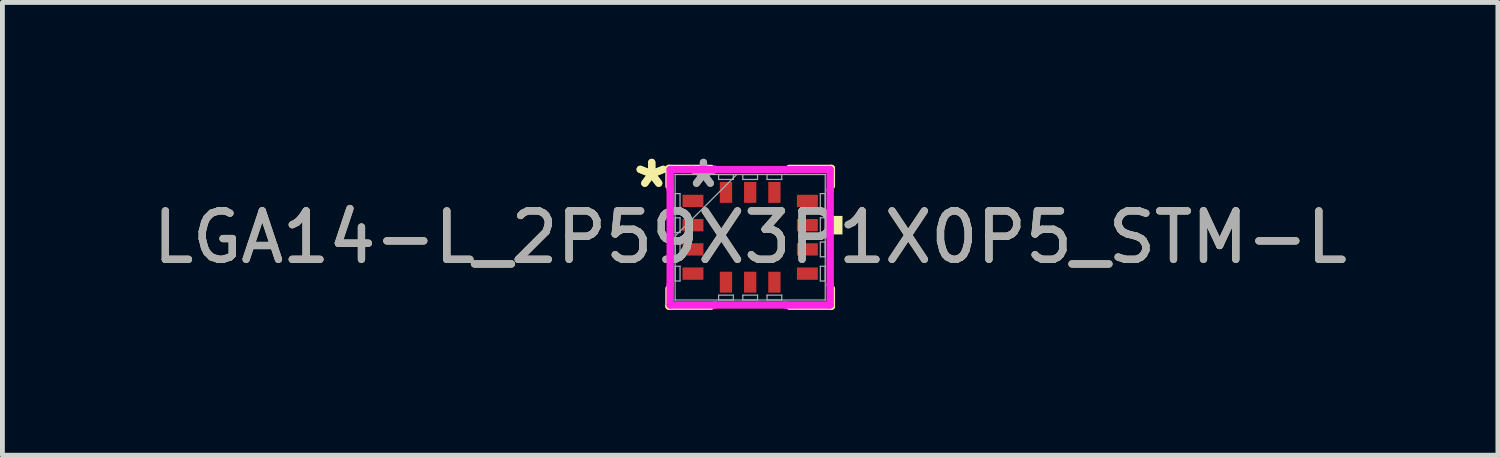
<source format=kicad_pcb>
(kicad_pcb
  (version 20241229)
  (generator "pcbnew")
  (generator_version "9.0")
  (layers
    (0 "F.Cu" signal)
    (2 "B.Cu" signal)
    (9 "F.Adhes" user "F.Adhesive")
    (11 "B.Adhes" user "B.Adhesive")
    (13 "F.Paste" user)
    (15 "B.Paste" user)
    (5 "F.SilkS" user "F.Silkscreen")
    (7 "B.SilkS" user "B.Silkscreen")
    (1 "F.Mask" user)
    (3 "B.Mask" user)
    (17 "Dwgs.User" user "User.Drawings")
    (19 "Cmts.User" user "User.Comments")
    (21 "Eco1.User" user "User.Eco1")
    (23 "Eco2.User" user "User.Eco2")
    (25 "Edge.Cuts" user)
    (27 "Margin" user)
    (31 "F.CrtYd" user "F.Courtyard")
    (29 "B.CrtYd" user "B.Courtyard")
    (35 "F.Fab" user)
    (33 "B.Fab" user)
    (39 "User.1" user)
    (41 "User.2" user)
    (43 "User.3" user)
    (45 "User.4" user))
  (footprint "LGA14-L_2P59X3P1X0P5_STM-L"
    (layer "F.Cu")
    (at 12.435 1.848)
    (property "Reference" "LGA14-L_2P59X3P1X0P5_STM-L" (at 0 0 0) (unlocked yes) (layer "F.SilkS") (effects (font (size 1 1) (thickness 0.15))))
    (attr smd)
    (fp_line (start -1.676 -1.422) (end -1.676 -1.058) (stroke (width 0.152) (type solid)) (layer "F.SilkS"))
    (fp_line (start -1.676 1.058) (end -1.676 1.422) (stroke (width 0.152) (type solid)) (layer "F.SilkS"))
    (fp_line (start -1.676 1.422) (end -0.808 1.422) (stroke (width 0.152) (type solid)) (layer "F.SilkS"))
    (fp_line (start -0.808 -1.422) (end -1.676 -1.422) (stroke (width 0.152) (type solid)) (layer "F.SilkS"))
    (fp_line (start 0.808 1.422) (end 1.676 1.422) (stroke (width 0.152) (type solid)) (layer "F.SilkS"))
    (fp_line (start 1.676 -1.422) (end 0.808 -1.422) (stroke (width 0.152) (type solid)) (layer "F.SilkS"))
    (fp_line (start 1.676 -1.058) (end 1.676 -1.422) (stroke (width 0.152) (type solid)) (layer "F.SilkS"))
    (fp_line (start 1.676 1.422) (end 1.676 1.058) (stroke (width 0.152) (type solid)) (layer "F.SilkS"))
    (fp_poly (pts (xy 1.905 -0.441) (xy 1.905 -0.059) (xy 1.651 -0.059) (xy 1.651 -0.441)) (stroke (width 0) (type solid)) (fill yes) (layer "F.SilkS"))
    (fp_line (start -1.651 -1.397) (end -0.729 -1.397) (stroke (width 0.152) (type solid)) (layer "F.CrtYd"))
    (fp_line (start -1.651 -0.979) (end -1.651 -1.397) (stroke (width 0.152) (type solid)) (layer "F.CrtYd"))
    (fp_line (start -1.651 -0.979) (end -1.651 -0.979) (stroke (width 0.152) (type solid)) (layer "F.CrtYd"))
    (fp_line (start -1.651 0.979) (end -1.651 -0.979) (stroke (width 0.152) (type solid)) (layer "F.CrtYd"))
    (fp_line (start -1.651 0.979) (end -1.651 0.979) (stroke (width 0.152) (type solid)) (layer "F.CrtYd"))
    (fp_line (start -1.651 1.397) (end -1.651 0.979) (stroke (width 0.152) (type solid)) (layer "F.CrtYd"))
    (fp_line (start -0.729 -1.397) (end -0.729 -1.397) (stroke (width 0.152) (type solid)) (layer "F.CrtYd"))
    (fp_line (start -0.729 -1.397) (end 0.729 -1.397) (stroke (width 0.152) (type solid)) (layer "F.CrtYd"))
    (fp_line (start -0.729 1.397) (end -1.651 1.397) (stroke (width 0.152) (type solid)) (layer "F.CrtYd"))
    (fp_line (start -0.729 1.397) (end -0.729 1.397) (stroke (width 0.152) (type solid)) (layer "F.CrtYd"))
    (fp_line (start 0.729 -1.397) (end 0.729 -1.397) (stroke (width 0.152) (type solid)) (layer "F.CrtYd"))
    (fp_line (start 0.729 -1.397) (end 1.651 -1.397) (stroke (width 0.152) (type solid)) (layer "F.CrtYd"))
    (fp_line (start 0.729 1.397) (end -0.729 1.397) (stroke (width 0.152) (type solid)) (layer "F.CrtYd"))
    (fp_line (start 0.729 1.397) (end 0.729 1.397) (stroke (width 0.152) (type solid)) (layer "F.CrtYd"))
    (fp_line (start 1.651 -1.397) (end 1.651 -0.979) (stroke (width 0.152) (type solid)) (layer "F.CrtYd"))
    (fp_line (start 1.651 -0.979) (end 1.651 -0.979) (stroke (width 0.152) (type solid)) (layer "F.CrtYd"))
    (fp_line (start 1.651 -0.979) (end 1.651 0.979) (stroke (width 0.152) (type solid)) (layer "F.CrtYd"))
    (fp_line (start 1.651 0.979) (end 1.651 0.979) (stroke (width 0.152) (type solid)) (layer "F.CrtYd"))
    (fp_line (start 1.651 0.979) (end 1.651 1.397) (stroke (width 0.152) (type solid)) (layer "F.CrtYd"))
    (fp_line (start 1.651 1.397) (end 0.729 1.397) (stroke (width 0.152) (type solid)) (layer "F.CrtYd"))
    (fp_line (start -1.549 -1.295) (end -1.549 -1.295) (stroke (width 0.025) (type solid)) (layer "F.Fab"))
    (fp_line (start -1.549 -1.295) (end -1.549 1.295) (stroke (width 0.025) (type solid)) (layer "F.Fab"))
    (fp_line (start -1.549 -0.902) (end -1.448 -0.902) (stroke (width 0.025) (type solid)) (layer "F.Fab"))
    (fp_line (start -1.549 -0.598) (end -1.549 -0.902) (stroke (width 0.025) (type solid)) (layer "F.Fab"))
    (fp_line (start -1.549 -0.402) (end -1.448 -0.402) (stroke (width 0.025) (type solid)) (layer "F.Fab"))
    (fp_line (start -1.549 -0.098) (end -1.549 -0.402) (stroke (width 0.025) (type solid)) (layer "F.Fab"))
    (fp_line (start -1.549 -0.025) (end -0.279 -1.295) (stroke (width 0.025) (type solid)) (layer "F.Fab"))
    (fp_line (start -1.549 0.098) (end -1.448 0.098) (stroke (width 0.025) (type solid)) (layer "F.Fab"))
    (fp_line (start -1.549 0.402) (end -1.549 0.098) (stroke (width 0.025) (type solid)) (layer "F.Fab"))
    (fp_line (start -1.549 0.598) (end -1.448 0.598) (stroke (width 0.025) (type solid)) (layer "F.Fab"))
    (fp_line (start -1.549 0.902) (end -1.549 0.598) (stroke (width 0.025) (type solid)) (layer "F.Fab"))
    (fp_line (start -1.549 1.295) (end -1.549 1.295) (stroke (width 0.025) (type solid)) (layer "F.Fab"))
    (fp_line (start -1.549 1.295) (end 1.549 1.295) (stroke (width 0.025) (type solid)) (layer "F.Fab"))
    (fp_line (start -1.448 -0.902) (end -1.448 -0.598) (stroke (width 0.025) (type solid)) (layer "F.Fab"))
    (fp_line (start -1.448 -0.598) (end -1.549 -0.598) (stroke (width 0.025) (type solid)) (layer "F.Fab"))
    (fp_line (start -1.448 -0.402) (end -1.448 -0.098) (stroke (width 0.025) (type solid)) (layer "F.Fab"))
    (fp_line (start -1.448 -0.098) (end -1.549 -0.098) (stroke (width 0.025) (type solid)) (layer "F.Fab"))
    (fp_line (start -1.448 0.098) (end -1.448 0.402) (stroke (width 0.025) (type solid)) (layer "F.Fab"))
    (fp_line (start -1.448 0.402) (end -1.549 0.402) (stroke (width 0.025) (type solid)) (layer "F.Fab"))
    (fp_line (start -1.448 0.598) (end -1.448 0.902) (stroke (width 0.025) (type solid)) (layer "F.Fab"))
    (fp_line (start -1.448 0.902) (end -1.549 0.902) (stroke (width 0.025) (type solid)) (layer "F.Fab"))
    (fp_line (start -0.652 -1.295) (end -0.348 -1.295) (stroke (width 0.025) (type solid)) (layer "F.Fab"))
    (fp_line (start -0.652 -1.194) (end -0.652 -1.295) (stroke (width 0.025) (type solid)) (layer "F.Fab"))
    (fp_line (start -0.652 1.194) (end -0.348 1.194) (stroke (width 0.025) (type solid)) (layer "F.Fab"))
    (fp_line (start -0.652 1.295) (end -0.652 1.194) (stroke (width 0.025) (type solid)) (layer "F.Fab"))
    (fp_line (start -0.348 -1.295) (end -0.348 -1.194) (stroke (width 0.025) (type solid)) (layer "F.Fab"))
    (fp_line (start -0.348 -1.194) (end -0.652 -1.194) (stroke (width 0.025) (type solid)) (layer "F.Fab"))
    (fp_line (start -0.348 1.194) (end -0.348 1.295) (stroke (width 0.025) (type solid)) (layer "F.Fab"))
    (fp_line (start -0.348 1.295) (end -0.652 1.295) (stroke (width 0.025) (type solid)) (layer "F.Fab"))
    (fp_line (start -0.152 -1.295) (end 0.152 -1.295) (stroke (width 0.025) (type solid)) (layer "F.Fab"))
    (fp_line (start -0.152 -1.194) (end -0.152 -1.295) (stroke (width 0.025) (type solid)) (layer "F.Fab"))
    (fp_line (start -0.152 1.194) (end 0.152 1.194) (stroke (width 0.025) (type solid)) (layer "F.Fab"))
    (fp_line (start -0.152 1.295) (end -0.152 1.194) (stroke (width 0.025) (type solid)) (layer "F.Fab"))
    (fp_line (start 0.152 -1.295) (end 0.152 -1.194) (stroke (width 0.025) (type solid)) (layer "F.Fab"))
    (fp_line (start 0.152 -1.194) (end -0.152 -1.194) (stroke (width 0.025) (type solid)) (layer "F.Fab"))
    (fp_line (start 0.152 1.194) (end 0.152 1.295) (stroke (width 0.025) (type solid)) (layer "F.Fab"))
    (fp_line (start 0.152 1.295) (end -0.152 1.295) (stroke (width 0.025) (type solid)) (layer "F.Fab"))
    (fp_line (start 0.348 -1.295) (end 0.652 -1.295) (stroke (width 0.025) (type solid)) (layer "F.Fab"))
    (fp_line (start 0.348 -1.194) (end 0.348 -1.295) (stroke (width 0.025) (type solid)) (layer "F.Fab"))
    (fp_line (start 0.348 1.194) (end 0.652 1.194) (stroke (width 0.025) (type solid)) (layer "F.Fab"))
    (fp_line (start 0.348 1.295) (end 0.348 1.194) (stroke (width 0.025) (type solid)) (layer "F.Fab"))
    (fp_line (start 0.652 -1.295) (end 0.652 -1.194) (stroke (width 0.025) (type solid)) (layer "F.Fab"))
    (fp_line (start 0.652 -1.194) (end 0.348 -1.194) (stroke (width 0.025) (type solid)) (layer "F.Fab"))
    (fp_line (start 0.652 1.194) (end 0.652 1.295) (stroke (width 0.025) (type solid)) (layer "F.Fab"))
    (fp_line (start 0.652 1.295) (end 0.348 1.295) (stroke (width 0.025) (type solid)) (layer "F.Fab"))
    (fp_line (start 1.448 -0.902) (end 1.549 -0.902) (stroke (width 0.025) (type solid)) (layer "F.Fab"))
    (fp_line (start 1.448 -0.598) (end 1.448 -0.902) (stroke (width 0.025) (type solid)) (layer "F.Fab"))
    (fp_line (start 1.448 -0.402) (end 1.549 -0.402) (stroke (width 0.025) (type solid)) (layer "F.Fab"))
    (fp_line (start 1.448 -0.098) (end 1.448 -0.402) (stroke (width 0.025) (type solid)) (layer "F.Fab"))
    (fp_line (start 1.448 0.098) (end 1.549 0.098) (stroke (width 0.025) (type solid)) (layer "F.Fab"))
    (fp_line (start 1.448 0.402) (end 1.448 0.098) (stroke (width 0.025) (type solid)) (layer "F.Fab"))
    (fp_line (start 1.448 0.598) (end 1.549 0.598) (stroke (width 0.025) (type solid)) (layer "F.Fab"))
    (fp_line (start 1.448 0.902) (end 1.448 0.598) (stroke (width 0.025) (type solid)) (layer "F.Fab"))
    (fp_line (start 1.549 -1.295) (end -1.549 -1.295) (stroke (width 0.025) (type solid)) (layer "F.Fab"))
    (fp_line (start 1.549 -1.295) (end 1.549 -1.295) (stroke (width 0.025) (type solid)) (layer "F.Fab"))
    (fp_line (start 1.549 -0.902) (end 1.549 -0.598) (stroke (width 0.025) (type solid)) (layer "F.Fab"))
    (fp_line (start 1.549 -0.598) (end 1.448 -0.598) (stroke (width 0.025) (type solid)) (layer "F.Fab"))
    (fp_line (start 1.549 -0.402) (end 1.549 -0.098) (stroke (width 0.025) (type solid)) (layer "F.Fab"))
    (fp_line (start 1.549 -0.098) (end 1.448 -0.098) (stroke (width 0.025) (type solid)) (layer "F.Fab"))
    (fp_line (start 1.549 0.098) (end 1.549 0.402) (stroke (width 0.025) (type solid)) (layer "F.Fab"))
    (fp_line (start 1.549 0.402) (end 1.448 0.402) (stroke (width 0.025) (type solid)) (layer "F.Fab"))
    (fp_line (start 1.549 0.598) (end 1.549 0.902) (stroke (width 0.025) (type solid)) (layer "F.Fab"))
    (fp_line (start 1.549 0.902) (end 1.448 0.902) (stroke (width 0.025) (type solid)) (layer "F.Fab"))
    (fp_line (start 1.549 1.295) (end 1.549 -1.295) (stroke (width 0.025) (type solid)) (layer "F.Fab"))
    (fp_line (start 1.549 1.295) (end 1.549 1.295) (stroke (width 0.025) (type solid)) (layer "F.Fab"))
    (fp_text user "*" (at -2.032 -1 0) (unlocked yes) (layer "F.SilkS") (effects (font (size 1 1) (thickness 0.15))))
    (fp_text user "*" (at -2.032 -1 0) (layer "F.SilkS") (effects (font (size 1 1) (thickness 0.15))))
    (fp_text user "*" (at -0.965 -1 0) (layer "F.Fab") (effects (font (size 1 1) (thickness 0.15))))
    (fp_text user "*" (at -0.965 -1 0) (unlocked yes) (layer "F.Fab") (effects (font (size 1 1) (thickness 0.15))))
    (fp_text user "${REFERENCE}" (at 0 0 0) (unlocked yes) (layer "F.Fab") (effects (font (size 1 1) (thickness 0.15))))
    (pad "1" smd rect (at -1.181 -0.75 90) (size 0.254 0.432) (layers "F.Cu" "F.Mask" "F.Paste"))
    (pad "2" smd rect (at -1.181 -0.25 90) (size 0.254 0.432) (layers "F.Cu" "F.Mask" "F.Paste"))
    (pad "3" smd rect (at -1.181 0.25 90) (size 0.254 0.432) (layers "F.Cu" "F.Mask" "F.Paste"))
    (pad "4" smd rect (at -1.181 0.75 90) (size 0.254 0.432) (layers "F.Cu" "F.Mask" "F.Paste"))
    (pad "5" smd rect (at -0.5 0.927) (size 0.254 0.432) (layers "F.Cu" "F.Mask" "F.Paste"))
    (pad "6" smd rect (at 0 0.927) (size 0.254 0.432) (layers "F.Cu" "F.Mask" "F.Paste"))
    (pad "7" smd rect (at 0.5 0.927) (size 0.254 0.432) (layers "F.Cu" "F.Mask" "F.Paste"))
    (pad "8" smd rect (at 1.181 0.75 90) (size 0.254 0.432) (layers "F.Cu" "F.Mask" "F.Paste"))
    (pad "9" smd rect (at 1.181 0.25 90) (size 0.254 0.432) (layers "F.Cu" "F.Mask" "F.Paste"))
    (pad "10" smd rect (at 1.181 -0.25 90) (size 0.254 0.432) (layers "F.Cu" "F.Mask" "F.Paste"))
    (pad "11" smd rect (at 1.181 -0.75 90) (size 0.254 0.432) (layers "F.Cu" "F.Mask" "F.Paste"))
    (pad "12" smd rect (at 0.5 -0.927) (size 0.254 0.432) (layers "F.Cu" "F.Mask" "F.Paste"))
    (pad "13" smd rect (at 0 -0.927) (size 0.254 0.432) (layers "F.Cu" "F.Mask" "F.Paste"))
    (pad "14" smd rect (at -0.5 -0.927) (size 0.254 0.432) (layers "F.Cu" "F.Mask" "F.Paste")))
  (gr_rect
    (start -3 -3)
    (end 27.869 6.347)
    (stroke (width 0.1) (type default))
    (fill no)
    (layer "Edge.Cuts")))
</source>
